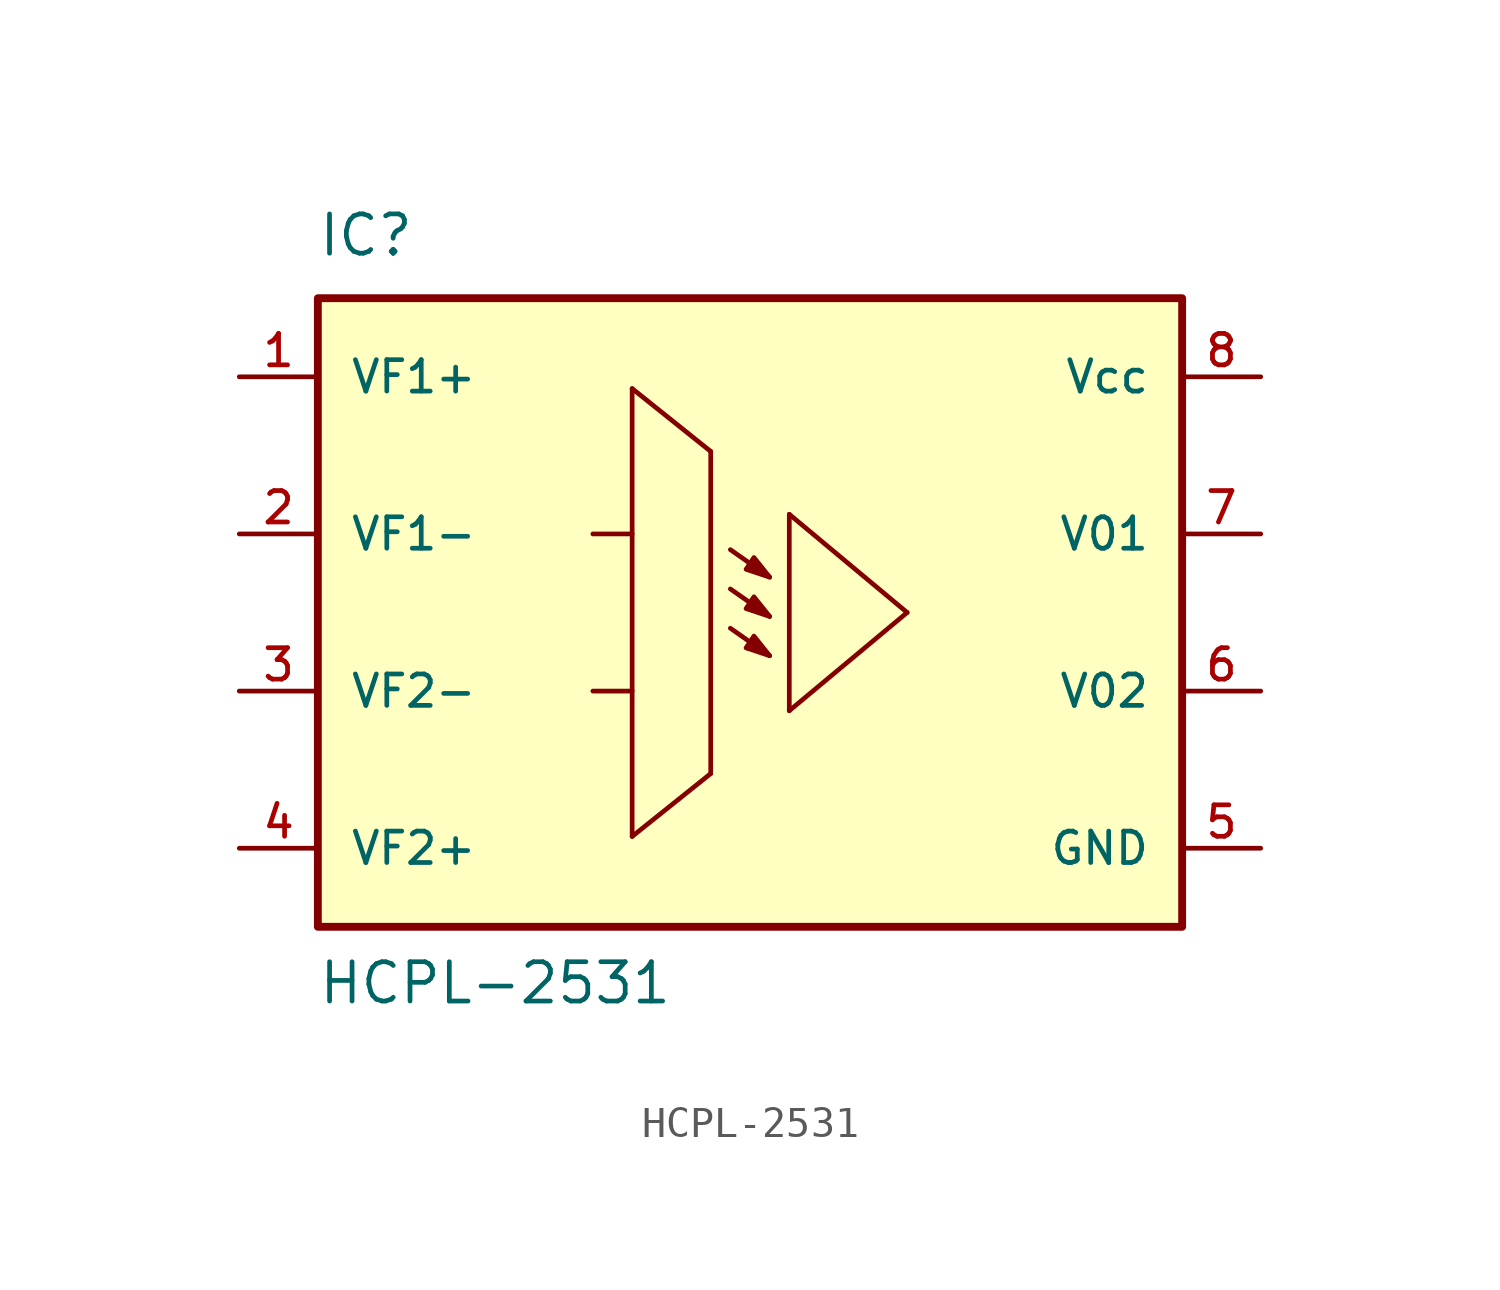
<source format=kicad_sym>
(kicad_symbol_lib
  (version 20220914)
  (generator kicad_symbol_editor)
  (symbol "HCPL-2531"
    (pin_names
      (offset 1.016))
    (property "Reference" "IC"
      (at -12.725 11.452 0)
      (effects (font (size 1.27 1.27)) (justify left bottom)))
    (property "Value" "HCPL-2531"
      (at -12.723 -12.723 0)
      (effects (font (size 1.27 1.27)) (justify left bottom)))
    (symbol "HCPL-2531_0_0"
      (rectangle (start -12.7 -10.16) (end 15.24 10.16) (stroke (width 0.254) (type default)) (fill (type background)))
      (polyline (pts (xy -3.81 -2.54) (xy -2.54 -2.54)) (stroke (width 0.152) (type default)) (fill (type none)))
      (polyline (pts (xy -3.81 2.54) (xy -2.54 2.54)) (stroke (width 0.152) (type default)) (fill (type none)))
      (polyline (pts (xy -2.54 -7.239) (xy 0 -5.207)) (stroke (width 0.152) (type default)) (fill (type none)))
      (polyline (pts (xy -2.54 7.239) (xy -2.54 -7.239)) (stroke (width 0.152) (type default)) (fill (type none)))
      (polyline (pts (xy 0 -5.207) (xy 0 5.207)) (stroke (width 0.152) (type default)) (fill (type none)))
      (polyline (pts (xy 0 5.207) (xy -2.54 7.239)) (stroke (width 0.152) (type default)) (fill (type none)))
      (polyline (pts (xy 0.635 -0.508) (xy 1.905 -1.397)) (stroke (width 0.152) (type default)) (fill (type none)))
      (polyline (pts (xy 0.635 0.762) (xy 1.905 -0.127)) (stroke (width 0.152) (type default)) (fill (type none)))
      (polyline (pts (xy 0.635 2.032) (xy 1.905 1.143)) (stroke (width 0.152) (type default)) (fill (type none)))
      (polyline (pts (xy 2.54 -3.175) (xy 2.54 3.175)) (stroke (width 0.152) (type default)) (fill (type none)))
      (polyline (pts (xy 2.54 3.175) (xy 6.35 0)) (stroke (width 0.152) (type default)) (fill (type none)))
      (polyline (pts (xy 6.35 0) (xy 2.54 -3.175)) (stroke (width 0.152) (type default)) (fill (type none)))
      (polyline (pts (xy 1.905 -1.397) (xy 1.397 -0.762) (xy 1.143 -1.143) (xy 1.905 -1.397)) (stroke (width 0.152) (type default)) (fill (type outline)))
      (polyline (pts (xy 1.905 -0.127) (xy 1.397 0.508) (xy 1.143 0.127) (xy 1.905 -0.127)) (stroke (width 0.152) (type default)) (fill (type outline)))
      (polyline (pts (xy 1.905 1.143) (xy 1.397 1.778) (xy 1.143 1.397) (xy 1.905 1.143)) (stroke (width 0.152) (type default)) (fill (type outline))))
    (symbol "HCPL-2531_1_0"
      (pin power_in line (at -15.24 7.62 0) (length 2.54) (name "VF1+" (effects (font (size 1.016 1.016)))) (number "1" (effects (font (size 1.016 1.016)))))
      (pin power_in line (at -15.24 2.54 0) (length 2.54) (name "VF1-" (effects (font (size 1.016 1.016)))) (number "2" (effects (font (size 1.016 1.016)))))
      (pin power_in line (at -15.24 -2.54 0) (length 2.54) (name "VF2-" (effects (font (size 1.016 1.016)))) (number "3" (effects (font (size 1.016 1.016)))))
      (pin power_in line (at -15.24 -7.62 0) (length 2.54) (name "VF2+" (effects (font (size 1.016 1.016)))) (number "4" (effects (font (size 1.016 1.016)))))
      (pin power_in line (at 17.78 -7.62 180) (length 2.54) (name "GND" (effects (font (size 1.016 1.016)))) (number "5" (effects (font (size 1.016 1.016)))))
      (pin power_in line (at 17.78 -2.54 180) (length 2.54) (name "V02" (effects (font (size 1.016 1.016)))) (number "6" (effects (font (size 1.016 1.016)))))
      (pin power_in line (at 17.78 2.54 180) (length 2.54) (name "V01" (effects (font (size 1.016 1.016)))) (number "7" (effects (font (size 1.016 1.016)))))
      (pin power_in line (at 17.78 7.62 180) (length 2.54) (name "Vcc" (effects (font (size 1.016 1.016)))) (number "8" (effects (font (size 1.016 1.016))))))))
</source>
